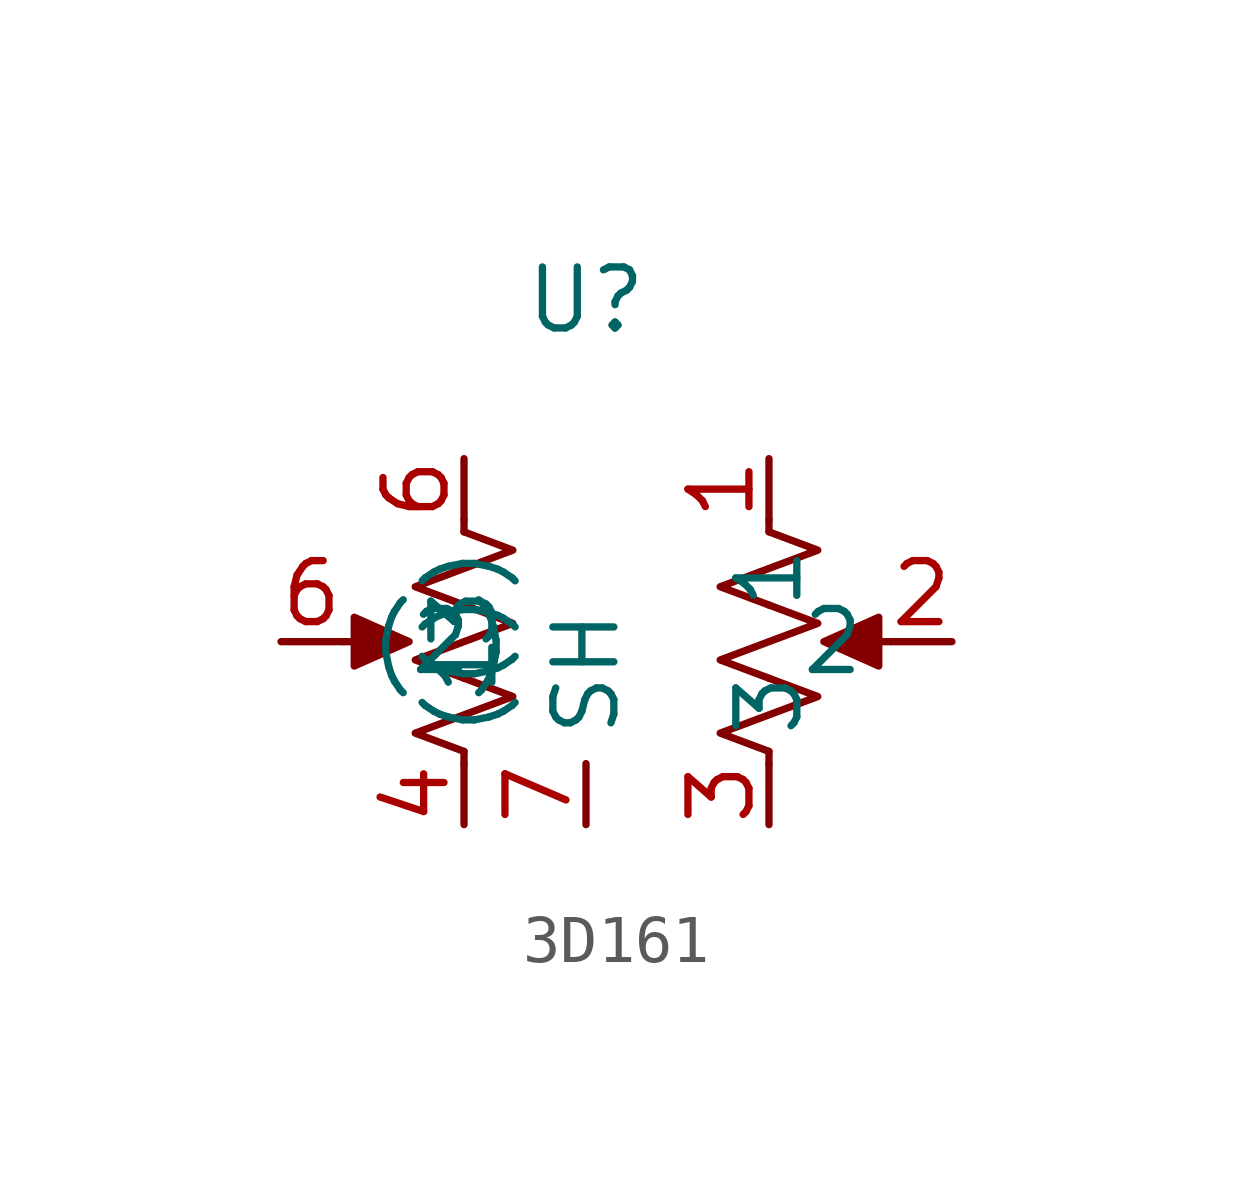
<source format=kicad_sym>
(kicad_symbol_lib
  (version 20231120)
  (generator "kicad_symbol_editor")
  (generator_version "8.0")
  (symbol "3D161"
    (property "Reference" "U"
      (at 0 5.842 0)
      (effects (font (size 1.27 1.27))))
    (property "Value" ""
      (at 0 0 0)
      (effects (font (size 1.27 1.27))))
    (symbol "3D161_0_1"
      (polyline (pts (xy -5.08 -1.27) (xy -4.064 -1.27)) (stroke (width 0) (type default)) (fill (type none)))
      (polyline (pts (xy -2.54 -3.81) (xy -2.54 -3.556)) (stroke (width 0) (type default)) (fill (type none)))
      (polyline (pts (xy -2.54 1.016) (xy -2.54 1.27)) (stroke (width 0) (type default)) (fill (type none)))
      (polyline (pts (xy 3.81 -3.556) (xy 3.81 -3.81)) (stroke (width 0) (type default)) (fill (type none)))
      (polyline (pts (xy 3.81 1.27) (xy 3.81 1.016)) (stroke (width 0) (type default)) (fill (type none)))
      (polyline (pts (xy 6.35 -1.27) (xy 5.334 -1.27)) (stroke (width 0) (type default)) (fill (type none)))
      (polyline (pts (xy -3.683 -1.27) (xy -4.826 -1.778) (xy -4.826 -0.762) (xy -3.683 -1.27)) (stroke (width 0) (type default)) (fill (type outline)))
      (polyline (pts (xy 4.953 -1.27) (xy 6.096 -0.762) (xy 6.096 -1.778) (xy 4.953 -1.27)) (stroke (width 0) (type default)) (fill (type outline)))
      (polyline (pts (xy -2.54 -3.556) (xy -3.556 -3.175) (xy -2.54 -2.794) (xy -1.524 -2.413) (xy -2.54 -2.032)) (stroke (width 0) (type default)) (fill (type none)))
      (polyline (pts (xy -2.54 -2.032) (xy -3.556 -1.651) (xy -2.54 -1.27) (xy -1.524 -0.889) (xy -2.54 -0.508)) (stroke (width 0) (type default)) (fill (type none)))
      (polyline (pts (xy -2.54 -0.508) (xy -3.556 -0.127) (xy -2.54 0.254) (xy -1.524 0.635) (xy -2.54 1.016)) (stroke (width 0) (type default)) (fill (type none)))
      (polyline (pts (xy 3.81 -2.032) (xy 4.826 -2.413) (xy 3.81 -2.794) (xy 2.794 -3.175) (xy 3.81 -3.556)) (stroke (width 0) (type default)) (fill (type none)))
      (polyline (pts (xy 3.81 -0.508) (xy 4.826 -0.889) (xy 3.81 -1.27) (xy 2.794 -1.651) (xy 3.81 -2.032)) (stroke (width 0) (type default)) (fill (type none)))
      (polyline (pts (xy 3.81 1.016) (xy 4.826 0.635) (xy 3.81 0.254) (xy 2.794 -0.127) (xy 3.81 -0.508)) (stroke (width 0) (type default)) (fill (type none))))
    (symbol "3D161_1_1"
      (pin passive line (at 3.81 2.54 270) (length 1.27) (name "1" (effects (font (size 1.27 1.27)))) (number "1" (effects (font (size 1.27 1.27)))))
      (pin passive line (at 7.62 -1.27 180) (length 1.27) (name "2" (effects (font (size 1.27 1.27)))) (number "2" (effects (font (size 1.27 1.27)))))
      (pin passive line (at 3.81 -5.08 90) (length 1.27) (name "3" (effects (font (size 1.27 1.27)))) (number "3" (effects (font (size 1.27 1.27)))))
      (pin passive line (at -2.54 -5.08 90) (length 1.27) (name "(1)" (effects (font (size 1.27 1.27)))) (number "4" (effects (font (size 1.27 1.27)))))
      (pin passive line (at -6.35 -1.27 0) (length 1.27) (name "(2)" (effects (font (size 1.27 1.27)))) (number "6" (effects (font (size 1.27 1.27)))))
      (pin passive line (at -2.54 2.54 270) (length 1.27) (name "(3)" (effects (font (size 1.27 1.27)))) (number "6" (effects (font (size 1.27 1.27)))))
      (pin passive line (at 0 -5.08 90) (length 1.27) (name "SH" (effects (font (size 1.27 1.27)))) (number "7" (effects (font (size 1.27 1.27))))))))
</source>
